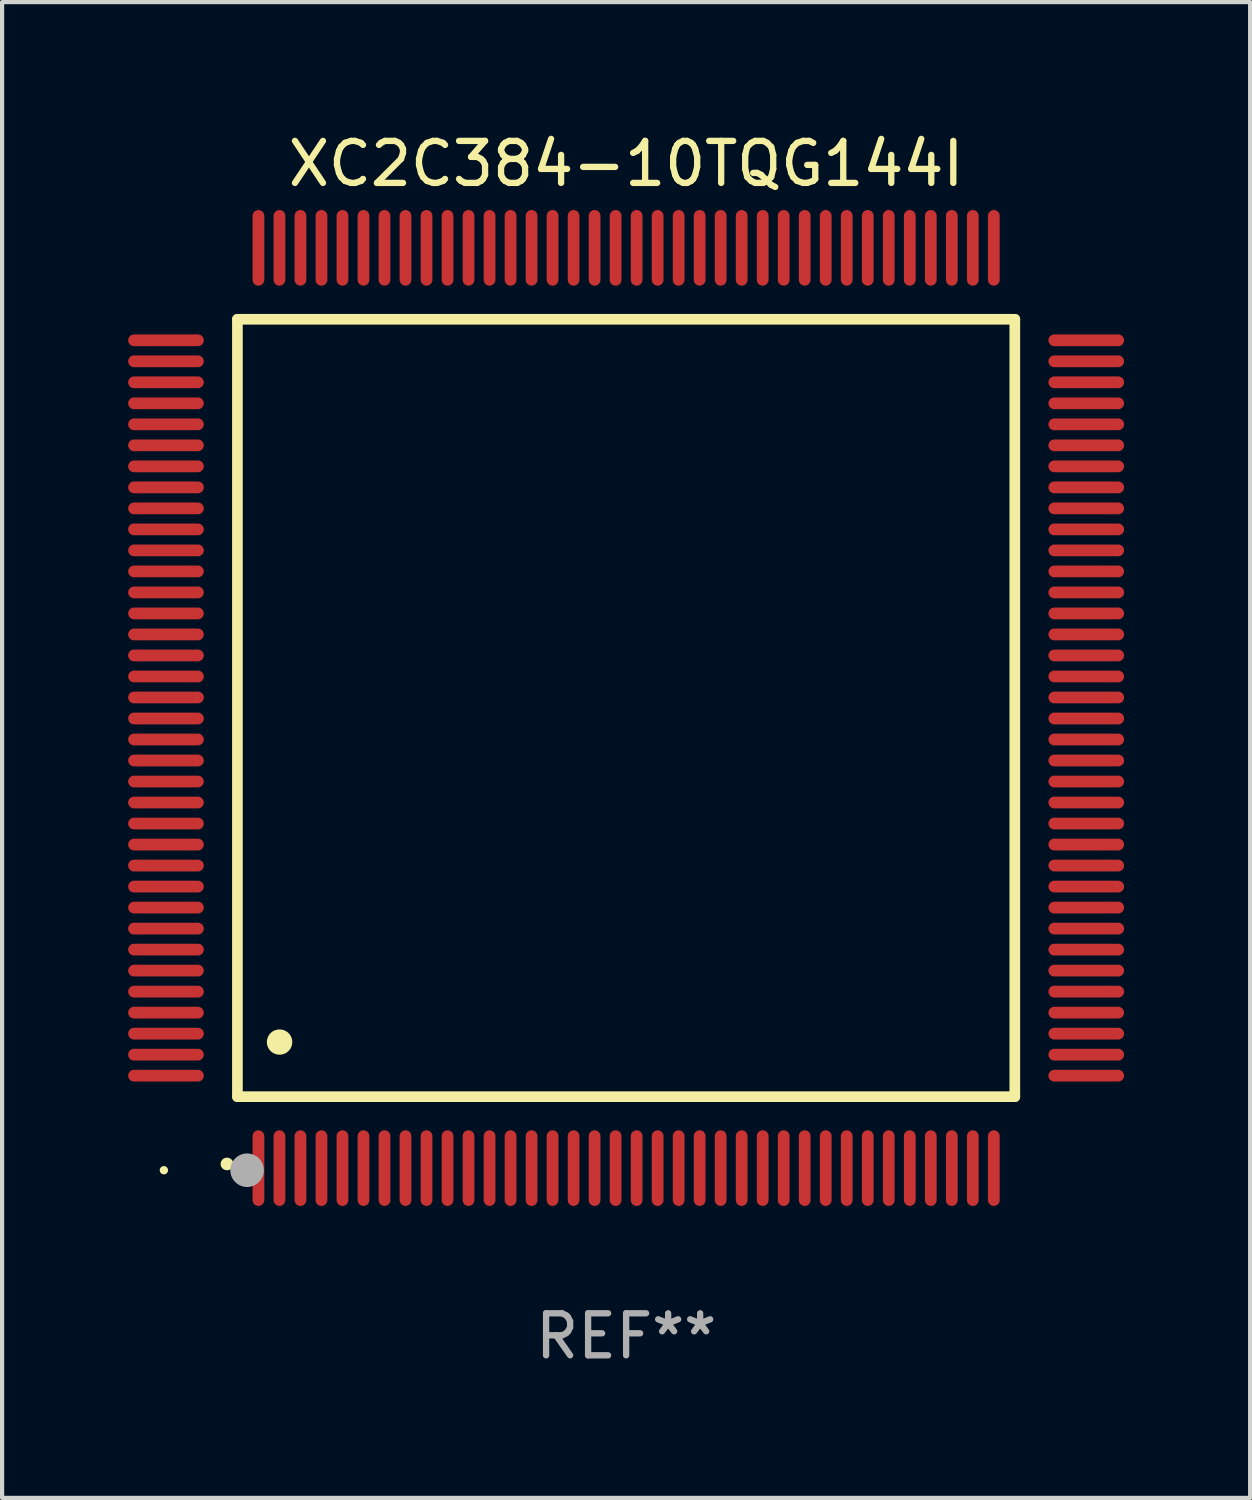
<source format=kicad_pcb>
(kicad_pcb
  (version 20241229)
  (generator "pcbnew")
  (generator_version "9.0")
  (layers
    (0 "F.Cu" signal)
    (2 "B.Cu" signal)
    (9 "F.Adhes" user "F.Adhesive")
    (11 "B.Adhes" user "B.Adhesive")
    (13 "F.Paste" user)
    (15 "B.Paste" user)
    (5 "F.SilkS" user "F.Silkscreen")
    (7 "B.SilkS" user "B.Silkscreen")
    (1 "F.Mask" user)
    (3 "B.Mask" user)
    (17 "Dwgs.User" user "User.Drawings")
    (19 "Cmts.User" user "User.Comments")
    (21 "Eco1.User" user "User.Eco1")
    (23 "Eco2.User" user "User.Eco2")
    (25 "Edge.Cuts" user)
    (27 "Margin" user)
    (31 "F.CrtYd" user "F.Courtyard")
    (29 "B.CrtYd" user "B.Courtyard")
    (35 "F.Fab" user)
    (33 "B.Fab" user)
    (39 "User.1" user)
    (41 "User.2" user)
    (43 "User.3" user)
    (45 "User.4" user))
  (footprint "XC2C384-10TQG144I"
    (layer "F.Cu")
    (at 11.85 13.798)
    (property "Reference" "XC2C384-10TQG144I" (at 0 -12.95 0) (layer "F.SilkS") (effects (font (size 1 1) (thickness 0.15))))
    (attr through_hole)
    (fp_line (start -9.25 -9.25) (end -9.25 9.25) (stroke (width 0.254) (type solid)) (layer "F.SilkS"))
    (fp_line (start -9.25 9.25) (end 9.25 9.25) (stroke (width 0.254) (type solid)) (layer "F.SilkS"))
    (fp_line (start 9.25 -9.25) (end -9.25 -9.25) (stroke (width 0.254) (type solid)) (layer "F.SilkS"))
    (fp_line (start 9.25 9.25) (end 9.25 -9.25) (stroke (width 0.254) (type solid)) (layer "F.SilkS"))
    (fp_arc (start -9.499619 10.850902) (mid -9.498349 10.850897) (end -9.497079 10.850902) (stroke (width 0.3) (type solid)) (layer "F.SilkS"))
    (fp_arc (start -8.249936 7.950216) (mid -8.247396 7.950205) (end -8.244856 7.950216) (stroke (width 0.6) (type solid)) (layer "F.SilkS"))
    (fp_circle (center -11 11) (end -10.95 11) (stroke (width 0.1) (type solid)) (fill no) (layer "F.SilkS"))
    (fp_circle (center -9.02 11) (end -8.82 11) (stroke (width 0.4) (type solid)) (fill no) (layer "F.Fab"))
    (fp_text user "REF**" (at 0 14.95 0) (layer "F.Fab") (effects (font (size 1 1) (thickness 0.15))))
    (pad "1" smd oval (at -8.75 10.95) (size 0.28 1.8) (layers "F.Cu" "F.Mask" "F.Paste"))
    (pad "2" smd oval (at -8.25 10.95) (size 0.28 1.8) (layers "F.Cu" "F.Mask" "F.Paste"))
    (pad "3" smd oval (at -7.75 10.95) (size 0.28 1.8) (layers "F.Cu" "F.Mask" "F.Paste"))
    (pad "4" smd oval (at -7.25 10.95) (size 0.28 1.8) (layers "F.Cu" "F.Mask" "F.Paste"))
    (pad "5" smd oval (at -6.75 10.95) (size 0.28 1.8) (layers "F.Cu" "F.Mask" "F.Paste"))
    (pad "6" smd oval (at -6.25 10.95) (size 0.28 1.8) (layers "F.Cu" "F.Mask" "F.Paste"))
    (pad "7" smd oval (at -5.75 10.95) (size 0.28 1.8) (layers "F.Cu" "F.Mask" "F.Paste"))
    (pad "8" smd oval (at -5.25 10.95) (size 0.28 1.8) (layers "F.Cu" "F.Mask" "F.Paste"))
    (pad "9" smd oval (at -4.75 10.95) (size 0.28 1.8) (layers "F.Cu" "F.Mask" "F.Paste"))
    (pad "10" smd oval (at -4.25 10.95) (size 0.28 1.8) (layers "F.Cu" "F.Mask" "F.Paste"))
    (pad "11" smd oval (at -3.75 10.95) (size 0.28 1.8) (layers "F.Cu" "F.Mask" "F.Paste"))
    (pad "12" smd oval (at -3.25 10.95) (size 0.28 1.8) (layers "F.Cu" "F.Mask" "F.Paste"))
    (pad "13" smd oval (at -2.75 10.95) (size 0.28 1.8) (layers "F.Cu" "F.Mask" "F.Paste"))
    (pad "14" smd oval (at -2.25 10.95) (size 0.28 1.8) (layers "F.Cu" "F.Mask" "F.Paste"))
    (pad "15" smd oval (at -1.75 10.95) (size 0.28 1.8) (layers "F.Cu" "F.Mask" "F.Paste"))
    (pad "16" smd oval (at -1.25 10.95) (size 0.28 1.8) (layers "F.Cu" "F.Mask" "F.Paste"))
    (pad "17" smd oval (at -0.75 10.95) (size 0.28 1.8) (layers "F.Cu" "F.Mask" "F.Paste"))
    (pad "18" smd oval (at -0.25 10.95) (size 0.28 1.8) (layers "F.Cu" "F.Mask" "F.Paste"))
    (pad "19" smd oval (at 0.25 10.95) (size 0.28 1.8) (layers "F.Cu" "F.Mask" "F.Paste"))
    (pad "20" smd oval (at 0.75 10.95) (size 0.28 1.8) (layers "F.Cu" "F.Mask" "F.Paste"))
    (pad "21" smd oval (at 1.25 10.95) (size 0.28 1.8) (layers "F.Cu" "F.Mask" "F.Paste"))
    (pad "22" smd oval (at 1.75 10.95) (size 0.28 1.8) (layers "F.Cu" "F.Mask" "F.Paste"))
    (pad "23" smd oval (at 2.25 10.95) (size 0.28 1.8) (layers "F.Cu" "F.Mask" "F.Paste"))
    (pad "24" smd oval (at 2.75 10.95) (size 0.28 1.8) (layers "F.Cu" "F.Mask" "F.Paste"))
    (pad "25" smd oval (at 3.25 10.95) (size 0.28 1.8) (layers "F.Cu" "F.Mask" "F.Paste"))
    (pad "26" smd oval (at 3.75 10.95) (size 0.28 1.8) (layers "F.Cu" "F.Mask" "F.Paste"))
    (pad "27" smd oval (at 4.25 10.95) (size 0.28 1.8) (layers "F.Cu" "F.Mask" "F.Paste"))
    (pad "28" smd oval (at 4.75 10.95) (size 0.28 1.8) (layers "F.Cu" "F.Mask" "F.Paste"))
    (pad "29" smd oval (at 5.25 10.95) (size 0.28 1.8) (layers "F.Cu" "F.Mask" "F.Paste"))
    (pad "30" smd oval (at 5.75 10.95) (size 0.28 1.8) (layers "F.Cu" "F.Mask" "F.Paste"))
    (pad "31" smd oval (at 6.25 10.95) (size 0.28 1.8) (layers "F.Cu" "F.Mask" "F.Paste"))
    (pad "32" smd oval (at 6.75 10.95) (size 0.28 1.8) (layers "F.Cu" "F.Mask" "F.Paste"))
    (pad "33" smd oval (at 7.25 10.95) (size 0.28 1.8) (layers "F.Cu" "F.Mask" "F.Paste"))
    (pad "34" smd oval (at 7.75 10.95) (size 0.28 1.8) (layers "F.Cu" "F.Mask" "F.Paste"))
    (pad "35" smd oval (at 8.25 10.95) (size 0.28 1.8) (layers "F.Cu" "F.Mask" "F.Paste"))
    (pad "36" smd oval (at 8.75 10.95) (size 0.28 1.8) (layers "F.Cu" "F.Mask" "F.Paste"))
    (pad "37" smd oval (at 10.95 8.75) (size 1.8 0.28) (layers "F.Cu" "F.Mask" "F.Paste"))
    (pad "38" smd oval (at 10.95 8.25) (size 1.8 0.28) (layers "F.Cu" "F.Mask" "F.Paste"))
    (pad "39" smd oval (at 10.95 7.75) (size 1.8 0.28) (layers "F.Cu" "F.Mask" "F.Paste"))
    (pad "40" smd oval (at 10.95 7.25) (size 1.8 0.28) (layers "F.Cu" "F.Mask" "F.Paste"))
    (pad "41" smd oval (at 10.95 6.75) (size 1.8 0.28) (layers "F.Cu" "F.Mask" "F.Paste"))
    (pad "42" smd oval (at 10.95 6.25) (size 1.8 0.28) (layers "F.Cu" "F.Mask" "F.Paste"))
    (pad "43" smd oval (at 10.95 5.75) (size 1.8 0.28) (layers "F.Cu" "F.Mask" "F.Paste"))
    (pad "44" smd oval (at 10.95 5.25) (size 1.8 0.28) (layers "F.Cu" "F.Mask" "F.Paste"))
    (pad "45" smd oval (at 10.95 4.75) (size 1.8 0.28) (layers "F.Cu" "F.Mask" "F.Paste"))
    (pad "46" smd oval (at 10.95 4.25) (size 1.8 0.28) (layers "F.Cu" "F.Mask" "F.Paste"))
    (pad "47" smd oval (at 10.95 3.75) (size 1.8 0.28) (layers "F.Cu" "F.Mask" "F.Paste"))
    (pad "48" smd oval (at 10.95 3.25) (size 1.8 0.28) (layers "F.Cu" "F.Mask" "F.Paste"))
    (pad "49" smd oval (at 10.95 2.75) (size 1.8 0.28) (layers "F.Cu" "F.Mask" "F.Paste"))
    (pad "50" smd oval (at 10.95 2.25) (size 1.8 0.28) (layers "F.Cu" "F.Mask" "F.Paste"))
    (pad "51" smd oval (at 10.95 1.75) (size 1.8 0.28) (layers "F.Cu" "F.Mask" "F.Paste"))
    (pad "52" smd oval (at 10.95 1.25) (size 1.8 0.28) (layers "F.Cu" "F.Mask" "F.Paste"))
    (pad "53" smd oval (at 10.95 0.75) (size 1.8 0.28) (layers "F.Cu" "F.Mask" "F.Paste"))
    (pad "54" smd oval (at 10.95 0.25) (size 1.8 0.28) (layers "F.Cu" "F.Mask" "F.Paste"))
    (pad "55" smd oval (at 10.95 -0.25) (size 1.8 0.28) (layers "F.Cu" "F.Mask" "F.Paste"))
    (pad "56" smd oval (at 10.95 -0.75) (size 1.8 0.28) (layers "F.Cu" "F.Mask" "F.Paste"))
    (pad "57" smd oval (at 10.95 -1.25) (size 1.8 0.28) (layers "F.Cu" "F.Mask" "F.Paste"))
    (pad "58" smd oval (at 10.95 -1.75) (size 1.8 0.28) (layers "F.Cu" "F.Mask" "F.Paste"))
    (pad "59" smd oval (at 10.95 -2.25) (size 1.8 0.28) (layers "F.Cu" "F.Mask" "F.Paste"))
    (pad "60" smd oval (at 10.95 -2.75) (size 1.8 0.28) (layers "F.Cu" "F.Mask" "F.Paste"))
    (pad "61" smd oval (at 10.95 -3.25) (size 1.8 0.28) (layers "F.Cu" "F.Mask" "F.Paste"))
    (pad "62" smd oval (at 10.95 -3.75) (size 1.8 0.28) (layers "F.Cu" "F.Mask" "F.Paste"))
    (pad "63" smd oval (at 10.95 -4.25) (size 1.8 0.28) (layers "F.Cu" "F.Mask" "F.Paste"))
    (pad "64" smd oval (at 10.95 -4.75) (size 1.8 0.28) (layers "F.Cu" "F.Mask" "F.Paste"))
    (pad "65" smd oval (at 10.95 -5.25) (size 1.8 0.28) (layers "F.Cu" "F.Mask" "F.Paste"))
    (pad "66" smd oval (at 10.95 -5.75) (size 1.8 0.28) (layers "F.Cu" "F.Mask" "F.Paste"))
    (pad "67" smd oval (at 10.95 -6.25) (size 1.8 0.28) (layers "F.Cu" "F.Mask" "F.Paste"))
    (pad "68" smd oval (at 10.95 -6.75) (size 1.8 0.28) (layers "F.Cu" "F.Mask" "F.Paste"))
    (pad "69" smd oval (at 10.95 -7.25) (size 1.8 0.28) (layers "F.Cu" "F.Mask" "F.Paste"))
    (pad "70" smd oval (at 10.95 -7.75) (size 1.8 0.28) (layers "F.Cu" "F.Mask" "F.Paste"))
    (pad "71" smd oval (at 10.95 -8.25) (size 1.8 0.28) (layers "F.Cu" "F.Mask" "F.Paste"))
    (pad "72" smd oval (at 10.95 -8.75) (size 1.8 0.28) (layers "F.Cu" "F.Mask" "F.Paste"))
    (pad "73" smd oval (at 8.75 -10.95) (size 0.28 1.8) (layers "F.Cu" "F.Mask" "F.Paste"))
    (pad "74" smd oval (at 8.25 -10.95) (size 0.28 1.8) (layers "F.Cu" "F.Mask" "F.Paste"))
    (pad "75" smd oval (at 7.75 -10.95) (size 0.28 1.8) (layers "F.Cu" "F.Mask" "F.Paste"))
    (pad "76" smd oval (at 7.25 -10.95) (size 0.28 1.8) (layers "F.Cu" "F.Mask" "F.Paste"))
    (pad "77" smd oval (at 6.75 -10.95) (size 0.28 1.8) (layers "F.Cu" "F.Mask" "F.Paste"))
    (pad "78" smd oval (at 6.25 -10.95) (size 0.28 1.8) (layers "F.Cu" "F.Mask" "F.Paste"))
    (pad "79" smd oval (at 5.75 -10.95) (size 0.28 1.8) (layers "F.Cu" "F.Mask" "F.Paste"))
    (pad "80" smd oval (at 5.25 -10.95) (size 0.28 1.8) (layers "F.Cu" "F.Mask" "F.Paste"))
    (pad "81" smd oval (at 4.75 -10.95) (size 0.28 1.8) (layers "F.Cu" "F.Mask" "F.Paste"))
    (pad "82" smd oval (at 4.25 -10.95) (size 0.28 1.8) (layers "F.Cu" "F.Mask" "F.Paste"))
    (pad "83" smd oval (at 3.75 -10.95) (size 0.28 1.8) (layers "F.Cu" "F.Mask" "F.Paste"))
    (pad "84" smd oval (at 3.25 -10.95) (size 0.28 1.8) (layers "F.Cu" "F.Mask" "F.Paste"))
    (pad "85" smd oval (at 2.75 -10.95) (size 0.28 1.8) (layers "F.Cu" "F.Mask" "F.Paste"))
    (pad "86" smd oval (at 2.25 -10.95) (size 0.28 1.8) (layers "F.Cu" "F.Mask" "F.Paste"))
    (pad "87" smd oval (at 1.75 -10.95) (size 0.28 1.8) (layers "F.Cu" "F.Mask" "F.Paste"))
    (pad "88" smd oval (at 1.25 -10.95) (size 0.28 1.8) (layers "F.Cu" "F.Mask" "F.Paste"))
    (pad "89" smd oval (at 0.75 -10.95) (size 0.28 1.8) (layers "F.Cu" "F.Mask" "F.Paste"))
    (pad "90" smd oval (at 0.25 -10.95) (size 0.28 1.8) (layers "F.Cu" "F.Mask" "F.Paste"))
    (pad "91" smd oval (at -0.25 -10.95) (size 0.28 1.8) (layers "F.Cu" "F.Mask" "F.Paste"))
    (pad "92" smd oval (at -0.75 -10.95) (size 0.28 1.8) (layers "F.Cu" "F.Mask" "F.Paste"))
    (pad "93" smd oval (at -1.25 -10.95) (size 0.28 1.8) (layers "F.Cu" "F.Mask" "F.Paste"))
    (pad "94" smd oval (at -1.75 -10.95) (size 0.28 1.8) (layers "F.Cu" "F.Mask" "F.Paste"))
    (pad "95" smd oval (at -2.25 -10.95) (size 0.28 1.8) (layers "F.Cu" "F.Mask" "F.Paste"))
    (pad "96" smd oval (at -2.75 -10.95) (size 0.28 1.8) (layers "F.Cu" "F.Mask" "F.Paste"))
    (pad "97" smd oval (at -3.25 -10.95) (size 0.28 1.8) (layers "F.Cu" "F.Mask" "F.Paste"))
    (pad "98" smd oval (at -3.75 -10.95) (size 0.28 1.8) (layers "F.Cu" "F.Mask" "F.Paste"))
    (pad "99" smd oval (at -4.25 -10.95) (size 0.28 1.8) (layers "F.Cu" "F.Mask" "F.Paste"))
    (pad "100" smd oval (at -4.75 -10.95) (size 0.28 1.8) (layers "F.Cu" "F.Mask" "F.Paste"))
    (pad "101" smd oval (at -5.25 -10.95) (size 0.28 1.8) (layers "F.Cu" "F.Mask" "F.Paste"))
    (pad "102" smd oval (at -5.75 -10.95) (size 0.28 1.8) (layers "F.Cu" "F.Mask" "F.Paste"))
    (pad "103" smd oval (at -6.25 -10.95) (size 0.28 1.8) (layers "F.Cu" "F.Mask" "F.Paste"))
    (pad "104" smd oval (at -6.75 -10.95) (size 0.28 1.8) (layers "F.Cu" "F.Mask" "F.Paste"))
    (pad "105" smd oval (at -7.25 -10.95) (size 0.28 1.8) (layers "F.Cu" "F.Mask" "F.Paste"))
    (pad "106" smd oval (at -7.75 -10.95) (size 0.28 1.8) (layers "F.Cu" "F.Mask" "F.Paste"))
    (pad "107" smd oval (at -8.25 -10.95) (size 0.28 1.8) (layers "F.Cu" "F.Mask" "F.Paste"))
    (pad "108" smd oval (at -8.75 -10.95) (size 0.28 1.8) (layers "F.Cu" "F.Mask" "F.Paste"))
    (pad "109" smd oval (at -10.95 -8.75) (size 1.8 0.28) (layers "F.Cu" "F.Mask" "F.Paste"))
    (pad "110" smd oval (at -10.95 -8.25) (size 1.8 0.28) (layers "F.Cu" "F.Mask" "F.Paste"))
    (pad "111" smd oval (at -10.95 -7.75) (size 1.8 0.28) (layers "F.Cu" "F.Mask" "F.Paste"))
    (pad "112" smd oval (at -10.95 -7.25) (size 1.8 0.28) (layers "F.Cu" "F.Mask" "F.Paste"))
    (pad "113" smd oval (at -10.95 -6.75) (size 1.8 0.28) (layers "F.Cu" "F.Mask" "F.Paste"))
    (pad "114" smd oval (at -10.95 -6.25) (size 1.8 0.28) (layers "F.Cu" "F.Mask" "F.Paste"))
    (pad "115" smd oval (at -10.95 -5.75) (size 1.8 0.28) (layers "F.Cu" "F.Mask" "F.Paste"))
    (pad "116" smd oval (at -10.95 -5.25) (size 1.8 0.28) (layers "F.Cu" "F.Mask" "F.Paste"))
    (pad "117" smd oval (at -10.95 -4.75) (size 1.8 0.28) (layers "F.Cu" "F.Mask" "F.Paste"))
    (pad "118" smd oval (at -10.95 -4.25) (size 1.8 0.28) (layers "F.Cu" "F.Mask" "F.Paste"))
    (pad "119" smd oval (at -10.95 -3.75) (size 1.8 0.28) (layers "F.Cu" "F.Mask" "F.Paste"))
    (pad "120" smd oval (at -10.95 -3.25) (size 1.8 0.28) (layers "F.Cu" "F.Mask" "F.Paste"))
    (pad "121" smd oval (at -10.95 -2.75) (size 1.8 0.28) (layers "F.Cu" "F.Mask" "F.Paste"))
    (pad "122" smd oval (at -10.95 -2.25) (size 1.8 0.28) (layers "F.Cu" "F.Mask" "F.Paste"))
    (pad "123" smd oval (at -10.95 -1.75) (size 1.8 0.28) (layers "F.Cu" "F.Mask" "F.Paste"))
    (pad "124" smd oval (at -10.95 -1.25) (size 1.8 0.28) (layers "F.Cu" "F.Mask" "F.Paste"))
    (pad "125" smd oval (at -10.95 -0.75) (size 1.8 0.28) (layers "F.Cu" "F.Mask" "F.Paste"))
    (pad "126" smd oval (at -10.95 -0.25) (size 1.8 0.28) (layers "F.Cu" "F.Mask" "F.Paste"))
    (pad "127" smd oval (at -10.95 0.25) (size 1.8 0.28) (layers "F.Cu" "F.Mask" "F.Paste"))
    (pad "128" smd oval (at -10.95 0.75) (size 1.8 0.28) (layers "F.Cu" "F.Mask" "F.Paste"))
    (pad "129" smd oval (at -10.95 1.25) (size 1.8 0.28) (layers "F.Cu" "F.Mask" "F.Paste"))
    (pad "130" smd oval (at -10.95 1.75) (size 1.8 0.28) (layers "F.Cu" "F.Mask" "F.Paste"))
    (pad "131" smd oval (at -10.95 2.25) (size 1.8 0.28) (layers "F.Cu" "F.Mask" "F.Paste"))
    (pad "132" smd oval (at -10.95 2.75) (size 1.8 0.28) (layers "F.Cu" "F.Mask" "F.Paste"))
    (pad "133" smd oval (at -10.95 3.25) (size 1.8 0.28) (layers "F.Cu" "F.Mask" "F.Paste"))
    (pad "134" smd oval (at -10.95 3.75) (size 1.8 0.28) (layers "F.Cu" "F.Mask" "F.Paste"))
    (pad "135" smd oval (at -10.95 4.25) (size 1.8 0.28) (layers "F.Cu" "F.Mask" "F.Paste"))
    (pad "136" smd oval (at -10.95 4.75) (size 1.8 0.28) (layers "F.Cu" "F.Mask" "F.Paste"))
    (pad "137" smd oval (at -10.95 5.25) (size 1.8 0.28) (layers "F.Cu" "F.Mask" "F.Paste"))
    (pad "138" smd oval (at -10.95 5.75) (size 1.8 0.28) (layers "F.Cu" "F.Mask" "F.Paste"))
    (pad "139" smd oval (at -10.95 6.25) (size 1.8 0.28) (layers "F.Cu" "F.Mask" "F.Paste"))
    (pad "140" smd oval (at -10.95 6.75) (size 1.8 0.28) (layers "F.Cu" "F.Mask" "F.Paste"))
    (pad "141" smd oval (at -10.95 7.25) (size 1.8 0.28) (layers "F.Cu" "F.Mask" "F.Paste"))
    (pad "142" smd oval (at -10.95 7.75) (size 1.8 0.28) (layers "F.Cu" "F.Mask" "F.Paste"))
    (pad "143" smd oval (at -10.95 8.25) (size 1.8 0.28) (layers "F.Cu" "F.Mask" "F.Paste"))
    (pad "144" smd oval (at -10.95 8.75) (size 1.8 0.28) (layers "F.Cu" "F.Mask" "F.Paste")))
  (gr_rect
    (start -3 -3)
    (end 26.7 32.596)
    (stroke (width 0.1) (type default))
    (fill no)
    (layer "Edge.Cuts")))
</source>
